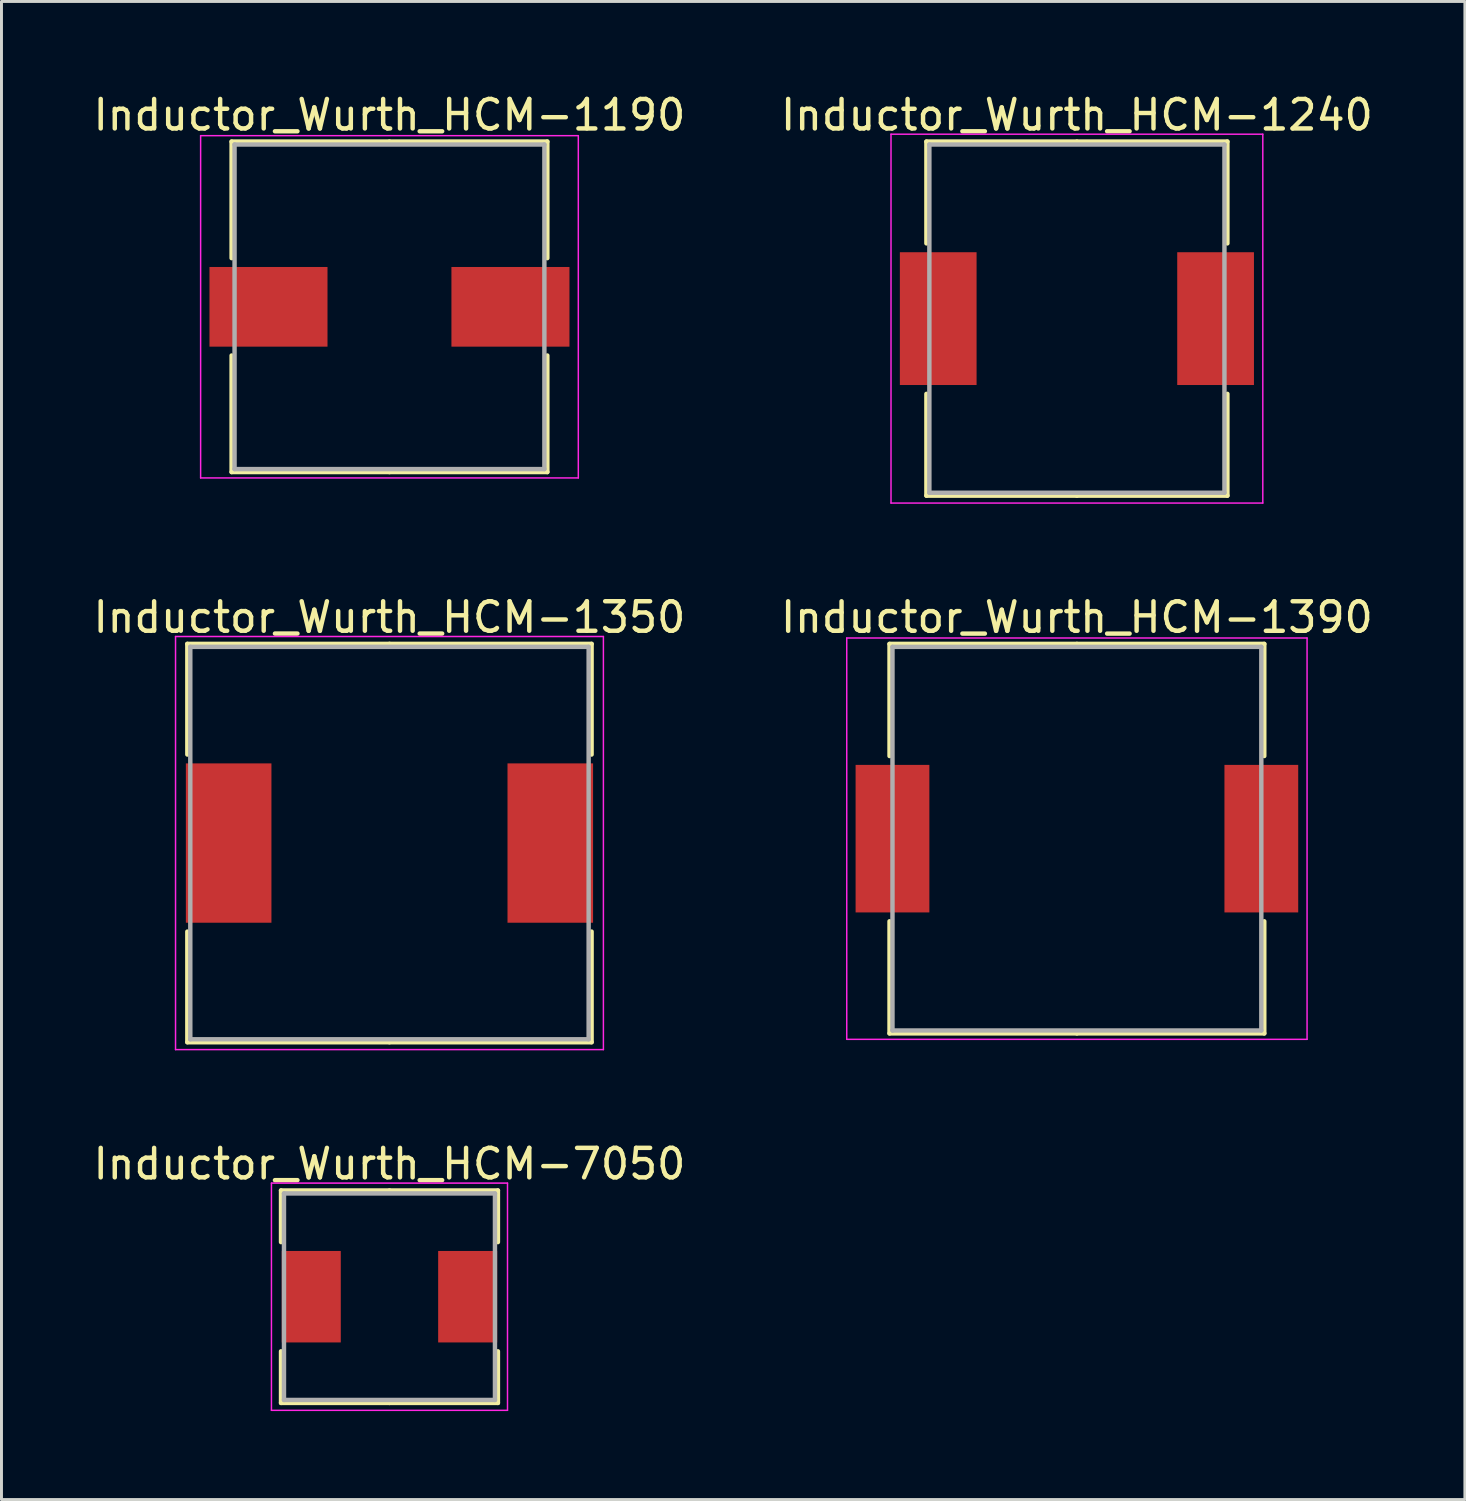
<source format=kicad_pcb>
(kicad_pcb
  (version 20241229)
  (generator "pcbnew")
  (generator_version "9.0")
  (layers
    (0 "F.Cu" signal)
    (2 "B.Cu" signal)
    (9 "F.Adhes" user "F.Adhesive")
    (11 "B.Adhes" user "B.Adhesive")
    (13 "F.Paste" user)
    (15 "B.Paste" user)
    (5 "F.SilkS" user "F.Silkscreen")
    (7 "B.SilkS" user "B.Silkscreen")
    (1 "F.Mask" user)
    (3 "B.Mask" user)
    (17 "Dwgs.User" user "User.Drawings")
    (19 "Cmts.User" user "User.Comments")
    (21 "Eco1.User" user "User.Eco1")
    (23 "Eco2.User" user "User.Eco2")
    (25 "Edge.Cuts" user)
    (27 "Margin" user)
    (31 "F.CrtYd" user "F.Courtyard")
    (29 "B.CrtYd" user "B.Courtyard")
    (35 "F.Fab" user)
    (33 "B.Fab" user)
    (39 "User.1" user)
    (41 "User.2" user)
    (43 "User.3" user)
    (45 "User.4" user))
  (footprint "Inductor_Wurth_HCM-7050"
    (layer "F.Cu")
    (at 10.149 40.895)
    (property "Reference" "Inductor_Wurth_HCM-7050" (at 0 -4.5 0) (layer "F.SilkS") (effects (font (size 1 1) (thickness 0.15))))
    (attr smd)
    (fp_line (start -3.675 -3.6) (end 0 -3.6) (stroke (width 0.15) (type solid)) (layer "F.SilkS"))
    (fp_line (start -3.675 -1.85) (end -3.675 -3.6) (stroke (width 0.15) (type solid)) (layer "F.SilkS"))
    (fp_line (start -3.675 1.85) (end -3.675 3.6) (stroke (width 0.15) (type solid)) (layer "F.SilkS"))
    (fp_line (start -3.675 3.6) (end 0 3.6) (stroke (width 0.15) (type solid)) (layer "F.SilkS"))
    (fp_line (start 3.675 -3.6) (end 0 -3.6) (stroke (width 0.15) (type solid)) (layer "F.SilkS"))
    (fp_line (start 3.675 -1.85) (end 3.675 -3.6) (stroke (width 0.15) (type solid)) (layer "F.SilkS"))
    (fp_line (start 3.675 1.85) (end 3.675 3.6) (stroke (width 0.15) (type solid)) (layer "F.SilkS"))
    (fp_line (start 3.675 3.6) (end 0 3.6) (stroke (width 0.15) (type solid)) (layer "F.SilkS"))
    (fp_line (start -4 -3.85) (end -4 3.85) (stroke (width 0.05) (type solid)) (layer "F.CrtYd"))
    (fp_line (start -4 3.85) (end 4 3.85) (stroke (width 0.05) (type solid)) (layer "F.CrtYd"))
    (fp_line (start 4 -3.85) (end -4 -3.85) (stroke (width 0.05) (type solid)) (layer "F.CrtYd"))
    (fp_line (start 4 3.85) (end 4 -3.85) (stroke (width 0.05) (type solid)) (layer "F.CrtYd"))
    (fp_line (start -3.575 -3.5) (end -3.575 3.5) (stroke (width 0.15) (type solid)) (layer "F.Fab"))
    (fp_line (start -3.575 3.5) (end 3.575 3.5) (stroke (width 0.15) (type solid)) (layer "F.Fab"))
    (fp_line (start 3.575 -3.5) (end -3.575 -3.5) (stroke (width 0.15) (type solid)) (layer "F.Fab"))
    (fp_line (start 3.575 3.5) (end 3.575 -3.5) (stroke (width 0.15) (type solid)) (layer "F.Fab"))
    (pad "1" smd rect (at -2.65 0) (size 2 3.1) (layers "F.Cu" "F.Mask" "F.Paste"))
    (pad "2" smd rect (at 2.65 0) (size 2 3.1) (layers "F.Cu" "F.Mask" "F.Paste")))
  (footprint "Inductor_Wurth_HCM-1190"
    (layer "F.Cu")
    (at 10.149 7.348)
    (property "Reference" "Inductor_Wurth_HCM-1190" (at 0 -6.5 0) (layer "F.SilkS") (effects (font (size 1 1) (thickness 0.15))))
    (attr smd)
    (fp_line (start -5.35 -5.6) (end 0 -5.6) (stroke (width 0.15) (type solid)) (layer "F.SilkS"))
    (fp_line (start -5.35 -1.65) (end -5.35 -5.6) (stroke (width 0.15) (type solid)) (layer "F.SilkS"))
    (fp_line (start -5.35 1.65) (end -5.35 5.6) (stroke (width 0.15) (type solid)) (layer "F.SilkS"))
    (fp_line (start -5.35 5.6) (end 0 5.6) (stroke (width 0.15) (type solid)) (layer "F.SilkS"))
    (fp_line (start 5.35 -5.6) (end 0 -5.6) (stroke (width 0.15) (type solid)) (layer "F.SilkS"))
    (fp_line (start 5.35 -1.65) (end 5.35 -5.6) (stroke (width 0.15) (type solid)) (layer "F.SilkS"))
    (fp_line (start 5.35 1.65) (end 5.35 5.6) (stroke (width 0.15) (type solid)) (layer "F.SilkS"))
    (fp_line (start 5.35 5.6) (end 0 5.6) (stroke (width 0.15) (type solid)) (layer "F.SilkS"))
    (fp_line (start -6.4 -5.8) (end -6.4 5.8) (stroke (width 0.05) (type solid)) (layer "F.CrtYd"))
    (fp_line (start -6.4 5.8) (end 6.4 5.8) (stroke (width 0.05) (type solid)) (layer "F.CrtYd"))
    (fp_line (start 6.4 -5.8) (end -6.4 -5.8) (stroke (width 0.05) (type solid)) (layer "F.CrtYd"))
    (fp_line (start 6.4 5.8) (end 6.4 -5.8) (stroke (width 0.05) (type solid)) (layer "F.CrtYd"))
    (fp_line (start -5.25 -5.5) (end -5.25 5.5) (stroke (width 0.15) (type solid)) (layer "F.Fab"))
    (fp_line (start -5.25 5.5) (end 5.25 5.5) (stroke (width 0.15) (type solid)) (layer "F.Fab"))
    (fp_line (start 5.25 -5.5) (end -5.25 -5.5) (stroke (width 0.15) (type solid)) (layer "F.Fab"))
    (fp_line (start 5.25 5.5) (end 5.25 -5.5) (stroke (width 0.15) (type solid)) (layer "F.Fab"))
    (pad "1" smd rect (at -4.1 0) (size 4 2.7) (layers "F.Cu" "F.Mask" "F.Paste"))
    (pad "2" smd rect (at 4.1 0) (size 4 2.7) (layers "F.Cu" "F.Mask" "F.Paste")))
  (footprint "Inductor_Wurth_HCM-1390"
    (layer "F.Cu")
    (at 33.446 25.372)
    (property "Reference" "Inductor_Wurth_HCM-1390" (at 0 -7.5 0) (layer "F.SilkS") (effects (font (size 1 1) (thickness 0.15))))
    (attr smd)
    (fp_line (start -6.35 -6.6) (end 0 -6.6) (stroke (width 0.15) (type solid)) (layer "F.SilkS"))
    (fp_line (start -6.35 -2.8) (end -6.35 -6.6) (stroke (width 0.15) (type solid)) (layer "F.SilkS"))
    (fp_line (start -6.35 2.8) (end -6.35 6.6) (stroke (width 0.15) (type solid)) (layer "F.SilkS"))
    (fp_line (start -6.35 6.6) (end 0 6.6) (stroke (width 0.15) (type solid)) (layer "F.SilkS"))
    (fp_line (start 6.35 -6.6) (end 0 -6.6) (stroke (width 0.15) (type solid)) (layer "F.SilkS"))
    (fp_line (start 6.35 -2.8) (end 6.35 -6.6) (stroke (width 0.15) (type solid)) (layer "F.SilkS"))
    (fp_line (start 6.35 2.8) (end 6.35 6.6) (stroke (width 0.15) (type solid)) (layer "F.SilkS"))
    (fp_line (start 6.35 6.6) (end 0 6.6) (stroke (width 0.15) (type solid)) (layer "F.SilkS"))
    (fp_line (start -7.8 -6.8) (end -7.8 6.8) (stroke (width 0.05) (type solid)) (layer "F.CrtYd"))
    (fp_line (start -7.8 6.8) (end 7.8 6.8) (stroke (width 0.05) (type solid)) (layer "F.CrtYd"))
    (fp_line (start 7.8 -6.8) (end -7.8 -6.8) (stroke (width 0.05) (type solid)) (layer "F.CrtYd"))
    (fp_line (start 7.8 6.8) (end 7.8 -6.8) (stroke (width 0.05) (type solid)) (layer "F.CrtYd"))
    (fp_line (start -6.25 -6.5) (end -6.25 6.5) (stroke (width 0.15) (type solid)) (layer "F.Fab"))
    (fp_line (start -6.25 6.5) (end 6.25 6.5) (stroke (width 0.15) (type solid)) (layer "F.Fab"))
    (fp_line (start 6.25 -6.5) (end -6.25 -6.5) (stroke (width 0.15) (type solid)) (layer "F.Fab"))
    (fp_line (start 6.25 6.5) (end 6.25 -6.5) (stroke (width 0.15) (type solid)) (layer "F.Fab"))
    (pad "1" smd rect (at -6.25 0) (size 2.5 5) (layers "F.Cu" "F.Mask" "F.Paste"))
    (pad "2" smd rect (at 6.25 0) (size 2.5 5) (layers "F.Cu" "F.Mask" "F.Paste")))
  (footprint "Inductor_Wurth_HCM-1350"
    (layer "F.Cu")
    (at 10.149 25.521)
    (property "Reference" "Inductor_Wurth_HCM-1350" (at 0 -7.65 0) (layer "F.SilkS") (effects (font (size 1 1) (thickness 0.15))))
    (attr smd)
    (fp_line (start -6.85 -6.75) (end 0 -6.75) (stroke (width 0.15) (type solid)) (layer "F.SilkS"))
    (fp_line (start -6.85 -3) (end -6.85 -6.75) (stroke (width 0.15) (type solid)) (layer "F.SilkS"))
    (fp_line (start -6.85 3) (end -6.85 6.75) (stroke (width 0.15) (type solid)) (layer "F.SilkS"))
    (fp_line (start -6.85 6.75) (end 0 6.75) (stroke (width 0.15) (type solid)) (layer "F.SilkS"))
    (fp_line (start 6.85 -6.75) (end 0 -6.75) (stroke (width 0.15) (type solid)) (layer "F.SilkS"))
    (fp_line (start 6.85 -3) (end 6.85 -6.75) (stroke (width 0.15) (type solid)) (layer "F.SilkS"))
    (fp_line (start 6.85 3) (end 6.85 6.75) (stroke (width 0.15) (type solid)) (layer "F.SilkS"))
    (fp_line (start 6.85 6.75) (end 0 6.75) (stroke (width 0.15) (type solid)) (layer "F.SilkS"))
    (fp_line (start -7.25 -7) (end -7.25 7) (stroke (width 0.05) (type solid)) (layer "F.CrtYd"))
    (fp_line (start -7.25 7) (end 7.25 7) (stroke (width 0.05) (type solid)) (layer "F.CrtYd"))
    (fp_line (start 7.25 -7) (end -7.25 -7) (stroke (width 0.05) (type solid)) (layer "F.CrtYd"))
    (fp_line (start 7.25 7) (end 7.25 -7) (stroke (width 0.05) (type solid)) (layer "F.CrtYd"))
    (fp_line (start -6.75 -6.65) (end -6.75 6.65) (stroke (width 0.15) (type solid)) (layer "F.Fab"))
    (fp_line (start -6.75 6.65) (end 6.75 6.65) (stroke (width 0.15) (type solid)) (layer "F.Fab"))
    (fp_line (start 6.75 -6.65) (end -6.75 -6.65) (stroke (width 0.15) (type solid)) (layer "F.Fab"))
    (fp_line (start 6.75 6.65) (end 6.75 -6.65) (stroke (width 0.15) (type solid)) (layer "F.Fab"))
    (pad "1" smd rect (at -5.45 0) (size 2.9 5.4) (layers "F.Cu" "F.Mask" "F.Paste"))
    (pad "2" smd rect (at 5.45 0) (size 2.9 5.4) (layers "F.Cu" "F.Mask" "F.Paste")))
  (footprint "Inductor_Wurth_HCM-1240"
    (layer "F.Cu")
    (at 33.446 7.748)
    (property "Reference" "Inductor_Wurth_HCM-1240" (at 0 -6.9 0) (layer "F.SilkS") (effects (font (size 1 1) (thickness 0.15))))
    (attr smd)
    (fp_line (start -5.1 -6) (end 0 -6) (stroke (width 0.15) (type solid)) (layer "F.SilkS"))
    (fp_line (start -5.1 -2.55) (end -5.1 -6) (stroke (width 0.15) (type solid)) (layer "F.SilkS"))
    (fp_line (start -5.1 2.55) (end -5.1 6) (stroke (width 0.15) (type solid)) (layer "F.SilkS"))
    (fp_line (start -5.1 6) (end 0 6) (stroke (width 0.15) (type solid)) (layer "F.SilkS"))
    (fp_line (start 5.1 -6) (end 0 -6) (stroke (width 0.15) (type solid)) (layer "F.SilkS"))
    (fp_line (start 5.1 -2.55) (end 5.1 -6) (stroke (width 0.15) (type solid)) (layer "F.SilkS"))
    (fp_line (start 5.1 2.55) (end 5.1 6) (stroke (width 0.15) (type solid)) (layer "F.SilkS"))
    (fp_line (start 5.1 6) (end 0 6) (stroke (width 0.15) (type solid)) (layer "F.SilkS"))
    (fp_line (start -6.3 -6.25) (end -6.3 6.25) (stroke (width 0.05) (type solid)) (layer "F.CrtYd"))
    (fp_line (start -6.3 6.25) (end 6.3 6.25) (stroke (width 0.05) (type solid)) (layer "F.CrtYd"))
    (fp_line (start 6.3 -6.25) (end -6.3 -6.25) (stroke (width 0.05) (type solid)) (layer "F.CrtYd"))
    (fp_line (start 6.3 6.25) (end 6.3 -6.25) (stroke (width 0.05) (type solid)) (layer "F.CrtYd"))
    (fp_line (start -5 -5.9) (end -5 5.9) (stroke (width 0.15) (type solid)) (layer "F.Fab"))
    (fp_line (start -5 5.9) (end 5 5.9) (stroke (width 0.15) (type solid)) (layer "F.Fab"))
    (fp_line (start 5 -5.9) (end -5 -5.9) (stroke (width 0.15) (type solid)) (layer "F.Fab"))
    (fp_line (start 5 5.9) (end 5 -5.9) (stroke (width 0.15) (type solid)) (layer "F.Fab"))
    (pad "1" smd rect (at -4.7 0) (size 2.6 4.5) (layers "F.Cu" "F.Mask" "F.Paste"))
    (pad "2" smd rect (at 4.7 0) (size 2.6 4.5) (layers "F.Cu" "F.Mask" "F.Paste")))
  (gr_rect
    (start -3 -3)
    (end 46.595 47.77)
    (stroke (width 0.1) (type default))
    (fill no)
    (layer "Edge.Cuts")))
</source>
